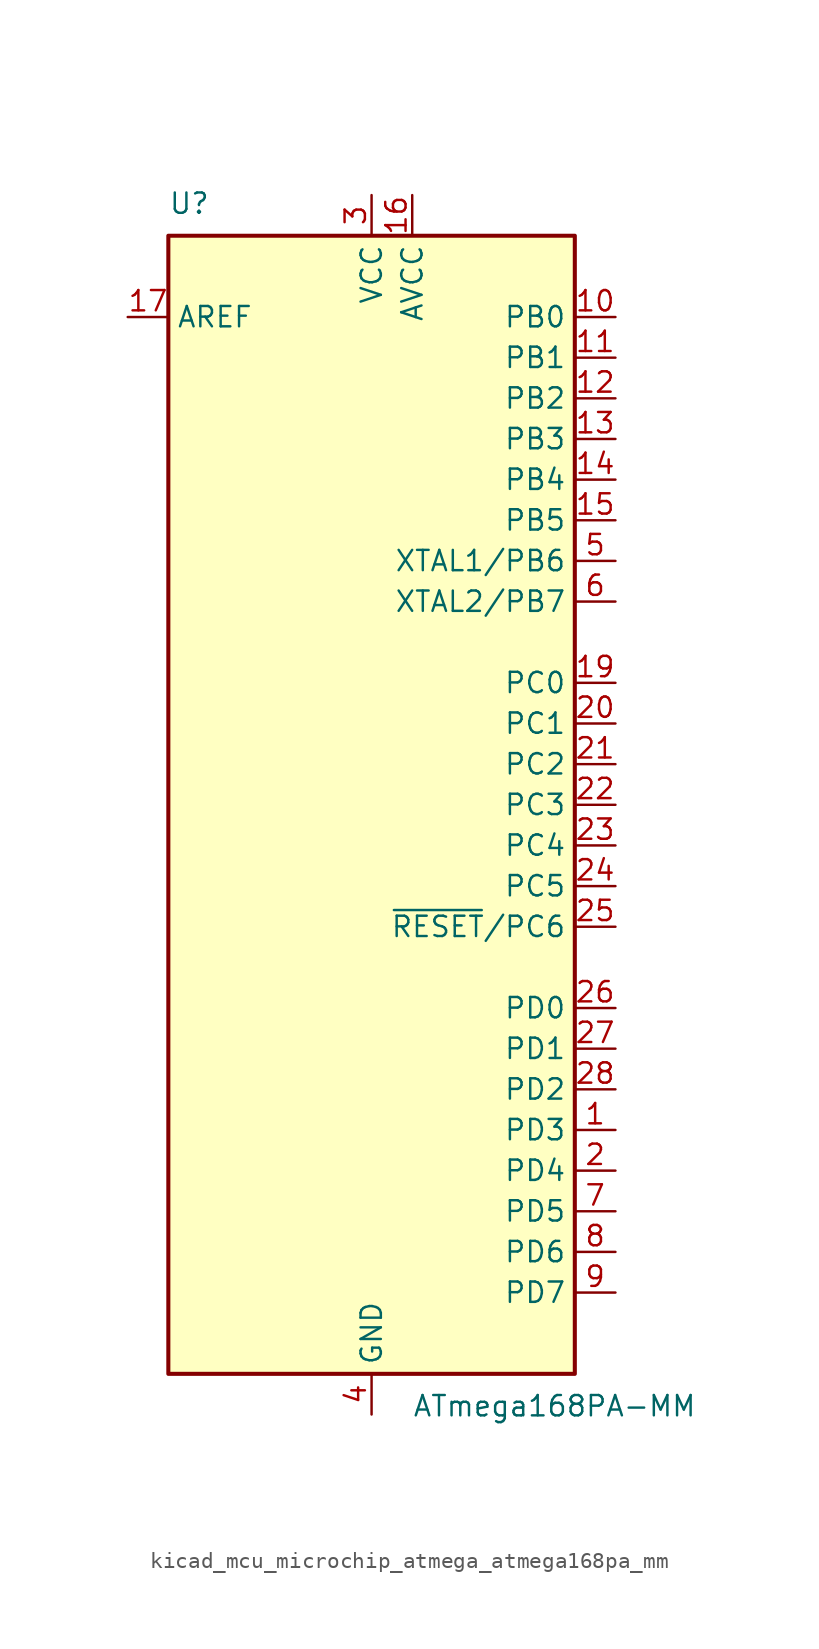
<source format=kicad_sym>
(kicad_symbol_lib
  (version 20220914)
  (generator kicad_symbol_editor)
  (symbol "kicad_mcu_microchip_atmega_atmega168pa_mm"
    (property "Reference" "U"
      (at -12.7 36.83 0)
      (effects (font (size 1.27 1.27)) (justify left bottom)))
    (property "Value" "ATmega168PA-MM"
      (at 2.54 -36.83 0)
      (effects (font (size 1.27 1.27)) (justify left top)))
    (symbol "kicad_mcu_microchip_atmega_atmega168pa_mm_0_1"
      (rectangle (start -12.7 -35.56) (end 12.7 35.56) (stroke (width 0.254) (type default)) (fill (type background))))
    (symbol "kicad_mcu_microchip_atmega_atmega168pa_mm_1_1"
      (pin bidirectional line (at 15.24 -20.32 180) (length 2.54) (name "PD3" (effects (font (size 1.27 1.27)))) (number "1" (effects (font (size 1.27 1.27)))))
      (pin bidirectional line (at 15.24 30.48 180) (length 2.54) (name "PB0" (effects (font (size 1.27 1.27)))) (number "10" (effects (font (size 1.27 1.27)))))
      (pin bidirectional line (at 15.24 27.94 180) (length 2.54) (name "PB1" (effects (font (size 1.27 1.27)))) (number "11" (effects (font (size 1.27 1.27)))))
      (pin bidirectional line (at 15.24 25.4 180) (length 2.54) (name "PB2" (effects (font (size 1.27 1.27)))) (number "12" (effects (font (size 1.27 1.27)))))
      (pin bidirectional line (at 15.24 22.86 180) (length 2.54) (name "PB3" (effects (font (size 1.27 1.27)))) (number "13" (effects (font (size 1.27 1.27)))))
      (pin bidirectional line (at 15.24 20.32 180) (length 2.54) (name "PB4" (effects (font (size 1.27 1.27)))) (number "14" (effects (font (size 1.27 1.27)))))
      (pin bidirectional line (at 15.24 17.78 180) (length 2.54) (name "PB5" (effects (font (size 1.27 1.27)))) (number "15" (effects (font (size 1.27 1.27)))))
      (pin power_in line (at 2.54 38.1 270) (length 2.54) (name "AVCC" (effects (font (size 1.27 1.27)))) (number "16" (effects (font (size 1.27 1.27)))))
      (pin passive line (at -15.24 30.48 0) (length 2.54) (name "AREF" (effects (font (size 1.27 1.27)))) (number "17" (effects (font (size 1.27 1.27)))))
      (pin passive line (at 0 -38.1 90) (length 2.54) hide (name "GND" (effects (font (size 1.27 1.27)))) (number "18" (effects (font (size 1.27 1.27)))))
      (pin bidirectional line (at 15.24 7.62 180) (length 2.54) (name "PC0" (effects (font (size 1.27 1.27)))) (number "19" (effects (font (size 1.27 1.27)))))
      (pin bidirectional line (at 15.24 -22.86 180) (length 2.54) (name "PD4" (effects (font (size 1.27 1.27)))) (number "2" (effects (font (size 1.27 1.27)))))
      (pin bidirectional line (at 15.24 5.08 180) (length 2.54) (name "PC1" (effects (font (size 1.27 1.27)))) (number "20" (effects (font (size 1.27 1.27)))))
      (pin bidirectional line (at 15.24 2.54 180) (length 2.54) (name "PC2" (effects (font (size 1.27 1.27)))) (number "21" (effects (font (size 1.27 1.27)))))
      (pin bidirectional line (at 15.24 0 180) (length 2.54) (name "PC3" (effects (font (size 1.27 1.27)))) (number "22" (effects (font (size 1.27 1.27)))))
      (pin bidirectional line (at 15.24 -2.54 180) (length 2.54) (name "PC4" (effects (font (size 1.27 1.27)))) (number "23" (effects (font (size 1.27 1.27)))))
      (pin bidirectional line (at 15.24 -5.08 180) (length 2.54) (name "PC5" (effects (font (size 1.27 1.27)))) (number "24" (effects (font (size 1.27 1.27)))))
      (pin bidirectional line (at 15.24 -7.62 180) (length 2.54) (name "~{RESET}/PC6" (effects (font (size 1.27 1.27)))) (number "25" (effects (font (size 1.27 1.27)))))
      (pin bidirectional line (at 15.24 -12.7 180) (length 2.54) (name "PD0" (effects (font (size 1.27 1.27)))) (number "26" (effects (font (size 1.27 1.27)))))
      (pin bidirectional line (at 15.24 -15.24 180) (length 2.54) (name "PD1" (effects (font (size 1.27 1.27)))) (number "27" (effects (font (size 1.27 1.27)))))
      (pin bidirectional line (at 15.24 -17.78 180) (length 2.54) (name "PD2" (effects (font (size 1.27 1.27)))) (number "28" (effects (font (size 1.27 1.27)))))
      (pin passive line (at 0 -38.1 90) (length 2.54) hide (name "GND" (effects (font (size 1.27 1.27)))) (number "29" (effects (font (size 1.27 1.27)))))
      (pin power_in line (at 0 38.1 270) (length 2.54) (name "VCC" (effects (font (size 1.27 1.27)))) (number "3" (effects (font (size 1.27 1.27)))))
      (pin power_in line (at 0 -38.1 90) (length 2.54) (name "GND" (effects (font (size 1.27 1.27)))) (number "4" (effects (font (size 1.27 1.27)))))
      (pin bidirectional line (at 15.24 15.24 180) (length 2.54) (name "XTAL1/PB6" (effects (font (size 1.27 1.27)))) (number "5" (effects (font (size 1.27 1.27)))))
      (pin bidirectional line (at 15.24 12.7 180) (length 2.54) (name "XTAL2/PB7" (effects (font (size 1.27 1.27)))) (number "6" (effects (font (size 1.27 1.27)))))
      (pin bidirectional line (at 15.24 -25.4 180) (length 2.54) (name "PD5" (effects (font (size 1.27 1.27)))) (number "7" (effects (font (size 1.27 1.27)))))
      (pin bidirectional line (at 15.24 -27.94 180) (length 2.54) (name "PD6" (effects (font (size 1.27 1.27)))) (number "8" (effects (font (size 1.27 1.27)))))
      (pin bidirectional line (at 15.24 -30.48 180) (length 2.54) (name "PD7" (effects (font (size 1.27 1.27)))) (number "9" (effects (font (size 1.27 1.27))))))))
</source>
